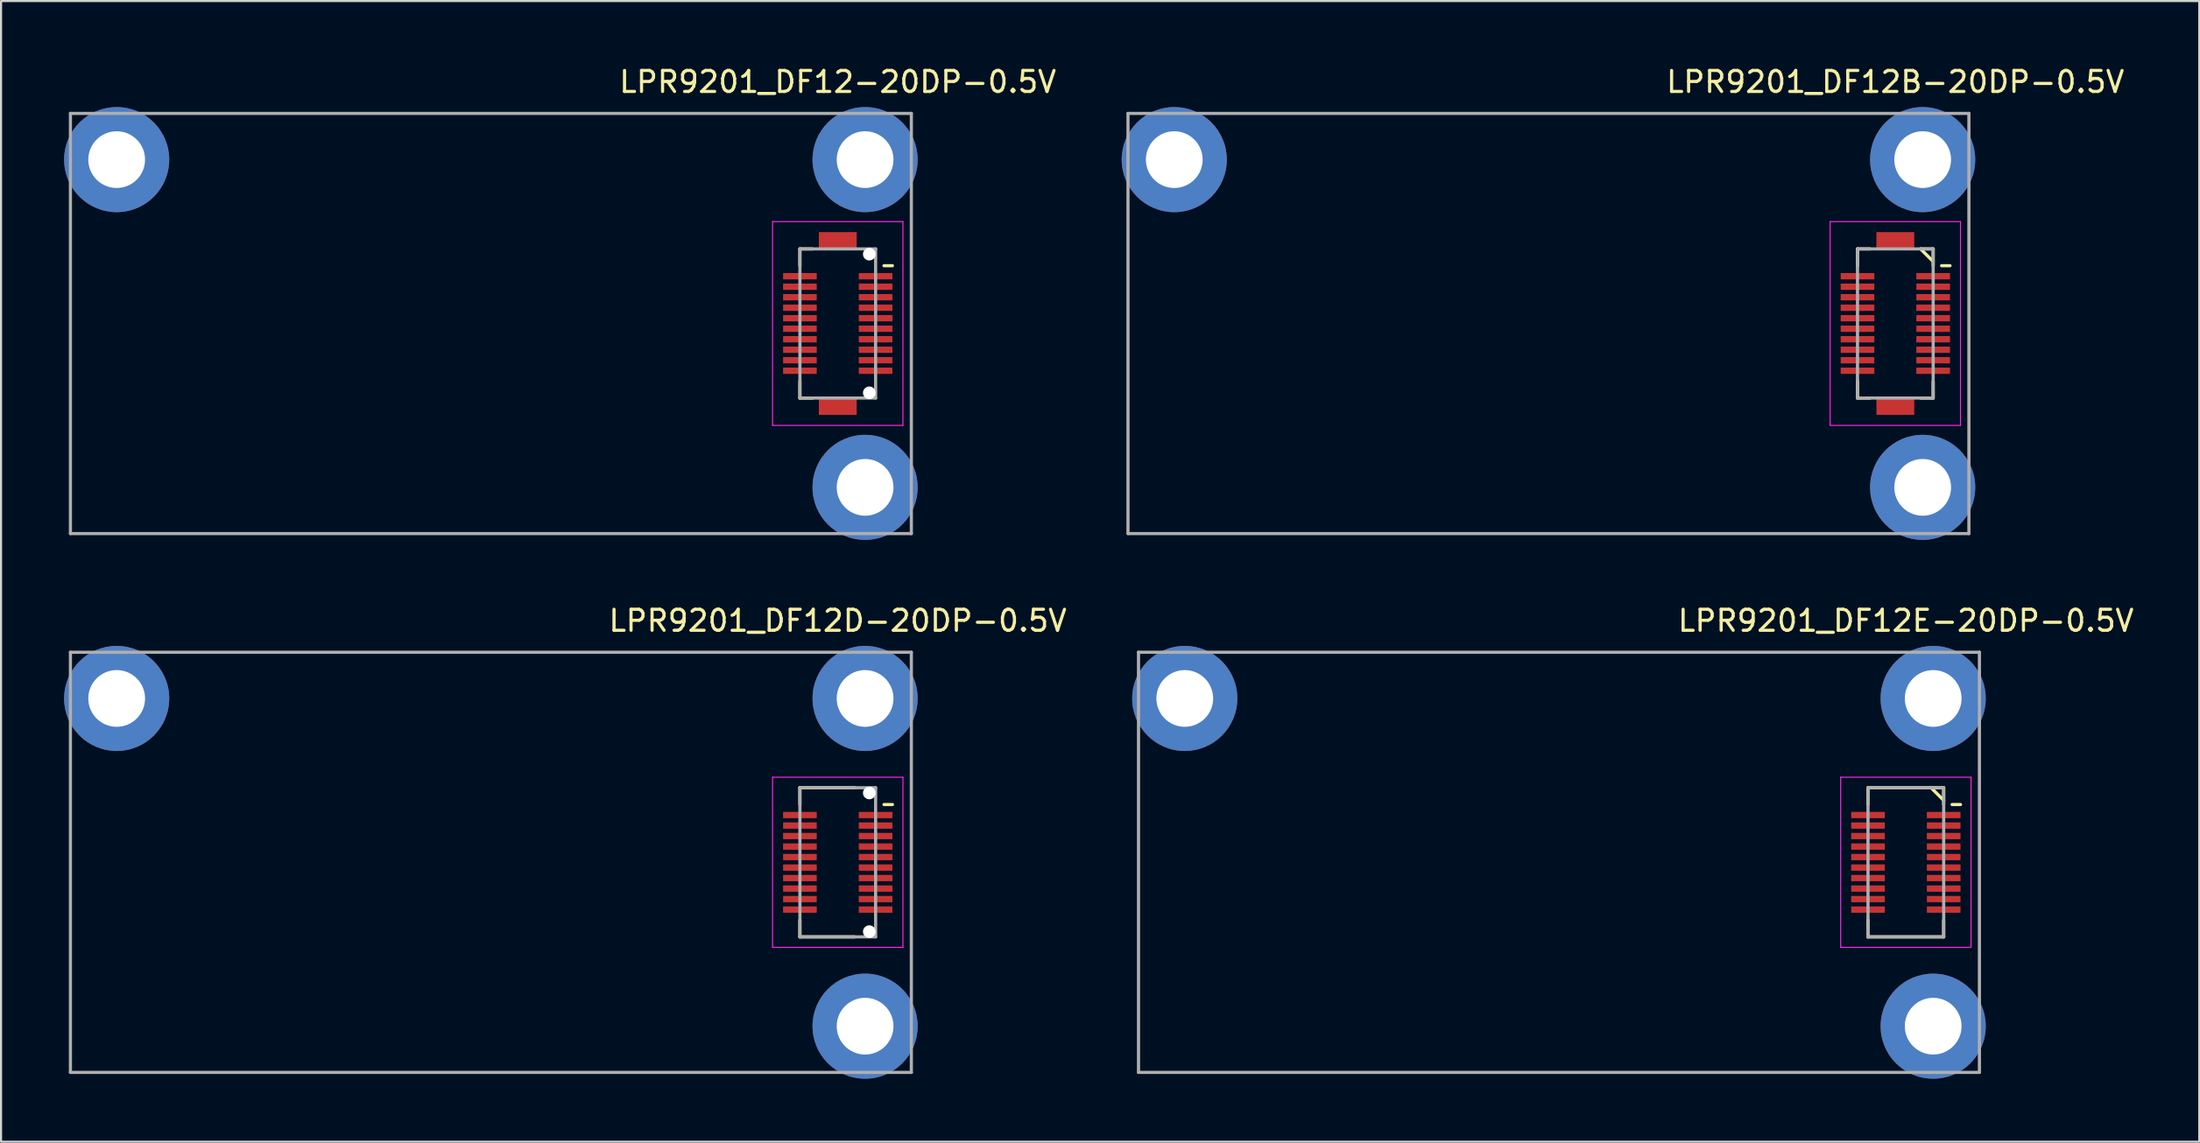
<source format=kicad_pcb>
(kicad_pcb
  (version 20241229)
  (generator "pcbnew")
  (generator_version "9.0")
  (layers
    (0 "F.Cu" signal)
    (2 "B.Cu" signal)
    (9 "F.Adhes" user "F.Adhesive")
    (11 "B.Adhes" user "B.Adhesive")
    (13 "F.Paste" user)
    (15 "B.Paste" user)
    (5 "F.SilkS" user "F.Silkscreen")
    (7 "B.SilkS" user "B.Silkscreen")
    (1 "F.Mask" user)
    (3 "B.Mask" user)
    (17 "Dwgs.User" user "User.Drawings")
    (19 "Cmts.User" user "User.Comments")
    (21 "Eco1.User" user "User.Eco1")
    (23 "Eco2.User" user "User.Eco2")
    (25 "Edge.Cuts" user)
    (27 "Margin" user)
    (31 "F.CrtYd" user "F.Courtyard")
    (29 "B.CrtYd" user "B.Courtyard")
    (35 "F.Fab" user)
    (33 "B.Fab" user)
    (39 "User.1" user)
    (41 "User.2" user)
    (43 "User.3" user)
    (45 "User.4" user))
  (footprint "LPR9201_DF12-20DP-0.5V"
    (layer "F.Cu")
    (at 36.8 12.348)
    (property "Reference" "LPR9201_DF12-20DP-0.5V" (at 0 -11.5 0) (layer "F.SilkS") (effects (font (size 1 1) (thickness 0.15))))
    (attr smd)
    (fp_line (start -1.8 -3.55) (end -1.8 -2.75) (stroke (width 0.15) (type solid)) (layer "F.SilkS"))
    (fp_line (start -1.8 2.75) (end -1.8 3.55) (stroke (width 0.15) (type solid)) (layer "F.SilkS"))
    (fp_line (start -1.2 -3.55) (end -1.8 -3.55) (stroke (width 0.15) (type solid)) (layer "F.SilkS"))
    (fp_line (start -1.2 3.55) (end -1.8 3.55) (stroke (width 0.15) (type solid)) (layer "F.SilkS"))
    (fp_line (start 2.6 -2.75) (end 2.2 -2.75) (stroke (width 0.15) (type solid)) (layer "F.SilkS"))
    (fp_line (start -3.1 -4.85) (end -3.1 4.85) (stroke (width 0.05) (type solid)) (layer "F.CrtYd"))
    (fp_line (start 3.1 -4.85) (end -3.1 -4.85) (stroke (width 0.05) (type solid)) (layer "F.CrtYd"))
    (fp_line (start 3.1 -4.85) (end 3.1 4.85) (stroke (width 0.05) (type solid)) (layer "F.CrtYd"))
    (fp_line (start 3.1 4.85) (end -3.1 4.85) (stroke (width 0.05) (type solid)) (layer "F.CrtYd"))
    (fp_line (start -36.5 -10) (end -36.5 10) (stroke (width 0.15) (type solid)) (layer "F.Fab"))
    (fp_line (start -36.5 -10) (end 3.5 -10) (stroke (width 0.15) (type solid)) (layer "F.Fab"))
    (fp_line (start -36.5 10) (end 3.5 10) (stroke (width 0.15) (type solid)) (layer "F.Fab"))
    (fp_line (start -1.8 -3.55) (end -1.8 3.55) (stroke (width 0.15) (type solid)) (layer "F.Fab"))
    (fp_line (start 1.8 -3.55) (end -1.8 -3.55) (stroke (width 0.15) (type solid)) (layer "F.Fab"))
    (fp_line (start 1.8 -3.55) (end 1.8 3.55) (stroke (width 0.15) (type solid)) (layer "F.Fab"))
    (fp_line (start 1.8 3.55) (end -1.8 3.55) (stroke (width 0.15) (type solid)) (layer "F.Fab"))
    (fp_line (start 3.5 -10) (end 3.5 10) (stroke (width 0.15) (type solid)) (layer "F.Fab"))
    (pad "" thru_hole circle (at -34.3 -7.8) (size 5 5) (drill 2.7) (layers "*.Cu" "*.Mask"))
    (pad "" thru_hole circle (at 1.3 -7.8) (size 5 5) (drill 2.7) (layers "*.Cu" "*.Mask"))
    (pad "" thru_hole circle (at 1.3 7.8) (size 5 5) (drill 2.7) (layers "*.Cu" "*.Mask"))
    (pad "" np_thru_hole circle (at 1.5 -3.3) (size 0.6 0.6) (drill 0.6) (layers "*.Cu" "*.Mask"))
    (pad "" np_thru_hole circle (at 1.5 3.3) (size 0.6 0.6) (drill 0.6) (layers "*.Cu" "*.Mask"))
    (pad "1" smd rect (at 1.8 -2.25) (size 1.6 0.3) (layers "F.Cu" "F.Mask" "F.Paste"))
    (pad "2" smd rect (at -1.8 -2.25) (size 1.6 0.3) (layers "F.Cu" "F.Mask" "F.Paste"))
    (pad "3" smd rect (at 1.8 -1.75) (size 1.6 0.3) (layers "F.Cu" "F.Mask" "F.Paste"))
    (pad "4" smd rect (at -1.8 -1.75) (size 1.6 0.3) (layers "F.Cu" "F.Mask" "F.Paste"))
    (pad "5" smd rect (at 1.8 -1.25) (size 1.6 0.3) (layers "F.Cu" "F.Mask" "F.Paste"))
    (pad "6" smd rect (at -1.8 -1.25) (size 1.6 0.3) (layers "F.Cu" "F.Mask" "F.Paste"))
    (pad "7" smd rect (at 1.8 -0.75) (size 1.6 0.3) (layers "F.Cu" "F.Mask" "F.Paste"))
    (pad "8" smd rect (at -1.8 -0.75) (size 1.6 0.3) (layers "F.Cu" "F.Mask" "F.Paste"))
    (pad "9" smd rect (at 1.8 -0.25) (size 1.6 0.3) (layers "F.Cu" "F.Mask" "F.Paste"))
    (pad "10" smd rect (at -1.8 -0.25) (size 1.6 0.3) (layers "F.Cu" "F.Mask" "F.Paste"))
    (pad "11" smd rect (at 1.8 0.25) (size 1.6 0.3) (layers "F.Cu" "F.Mask" "F.Paste"))
    (pad "12" smd rect (at -1.8 0.25) (size 1.6 0.3) (layers "F.Cu" "F.Mask" "F.Paste"))
    (pad "13" smd rect (at 1.8 0.75) (size 1.6 0.3) (layers "F.Cu" "F.Mask" "F.Paste"))
    (pad "14" smd rect (at -1.8 0.75) (size 1.6 0.3) (layers "F.Cu" "F.Mask" "F.Paste"))
    (pad "15" smd rect (at 1.8 1.25) (size 1.6 0.3) (layers "F.Cu" "F.Mask" "F.Paste"))
    (pad "16" smd rect (at -1.8 1.25) (size 1.6 0.3) (layers "F.Cu" "F.Mask" "F.Paste"))
    (pad "17" smd rect (at 1.8 1.75) (size 1.6 0.3) (layers "F.Cu" "F.Mask" "F.Paste"))
    (pad "18" smd rect (at -1.8 1.75) (size 1.6 0.3) (layers "F.Cu" "F.Mask" "F.Paste"))
    (pad "19" smd rect (at 1.8 2.25) (size 1.6 0.3) (layers "F.Cu" "F.Mask" "F.Paste"))
    (pad "20" smd rect (at -1.8 2.25) (size 1.6 0.3) (layers "F.Cu" "F.Mask" "F.Paste"))
    (pad "S" smd rect (at 0 -3.95) (size 1.8 0.8) (layers "F.Cu" "F.Mask" "F.Paste"))
    (pad "S" smd rect (at 0 3.95) (size 1.8 0.8) (layers "F.Cu" "F.Mask" "F.Paste")))
  (footprint "LPR9201_DF12B-20DP-0.5V"
    (layer "F.Cu")
    (at 87.106 12.348)
    (property "Reference" "LPR9201_DF12B-20DP-0.5V" (at 0 -11.5 0) (layer "F.SilkS") (effects (font (size 1 1) (thickness 0.15))))
    (attr smd)
    (fp_line (start -1.8 -3.55) (end -1.8 -2.75) (stroke (width 0.15) (type solid)) (layer "F.SilkS"))
    (fp_line (start -1.8 2.75) (end -1.8 3.55) (stroke (width 0.15) (type solid)) (layer "F.SilkS"))
    (fp_line (start -1.2 -3.55) (end -1.8 -3.55) (stroke (width 0.15) (type solid)) (layer "F.SilkS"))
    (fp_line (start -1.2 3.55) (end -1.8 3.55) (stroke (width 0.15) (type solid)) (layer "F.SilkS"))
    (fp_line (start 1.8 -3.55) (end 1.2 -3.55) (stroke (width 0.15) (type solid)) (layer "F.SilkS"))
    (fp_line (start 1.8 -3.55) (end 1.8 -2.75) (stroke (width 0.15) (type solid)) (layer "F.SilkS"))
    (fp_line (start 1.8 -2.95) (end 1.2 -3.55) (stroke (width 0.15) (type solid)) (layer "F.SilkS"))
    (fp_line (start 1.8 2.75) (end 1.8 3.55) (stroke (width 0.15) (type solid)) (layer "F.SilkS"))
    (fp_line (start 1.8 3.55) (end 1.2 3.55) (stroke (width 0.15) (type solid)) (layer "F.SilkS"))
    (fp_line (start 2.6 -2.75) (end 2.2 -2.75) (stroke (width 0.15) (type solid)) (layer "F.SilkS"))
    (fp_line (start -3.1 -4.85) (end -3.1 4.85) (stroke (width 0.05) (type solid)) (layer "F.CrtYd"))
    (fp_line (start 3.1 -4.85) (end -3.1 -4.85) (stroke (width 0.05) (type solid)) (layer "F.CrtYd"))
    (fp_line (start 3.1 -4.85) (end 3.1 4.85) (stroke (width 0.05) (type solid)) (layer "F.CrtYd"))
    (fp_line (start 3.1 4.85) (end -3.1 4.85) (stroke (width 0.05) (type solid)) (layer "F.CrtYd"))
    (fp_line (start -36.5 -10) (end -36.5 10) (stroke (width 0.15) (type solid)) (layer "F.Fab"))
    (fp_line (start -36.5 -10) (end 3.5 -10) (stroke (width 0.15) (type solid)) (layer "F.Fab"))
    (fp_line (start -36.5 10) (end 3.5 10) (stroke (width 0.15) (type solid)) (layer "F.Fab"))
    (fp_line (start -1.8 -3.55) (end -1.8 3.55) (stroke (width 0.15) (type solid)) (layer "F.Fab"))
    (fp_line (start 1.8 -3.55) (end -1.8 -3.55) (stroke (width 0.15) (type solid)) (layer "F.Fab"))
    (fp_line (start 1.8 -3.55) (end 1.8 3.55) (stroke (width 0.15) (type solid)) (layer "F.Fab"))
    (fp_line (start 1.8 3.55) (end -1.8 3.55) (stroke (width 0.15) (type solid)) (layer "F.Fab"))
    (fp_line (start 3.5 -10) (end 3.5 10) (stroke (width 0.15) (type solid)) (layer "F.Fab"))
    (pad "" thru_hole circle (at -34.3 -7.8) (size 5 5) (drill 2.7) (layers "*.Cu" "*.Mask"))
    (pad "" thru_hole circle (at 1.3 -7.8) (size 5 5) (drill 2.7) (layers "*.Cu" "*.Mask"))
    (pad "" thru_hole circle (at 1.3 7.8) (size 5 5) (drill 2.7) (layers "*.Cu" "*.Mask"))
    (pad "1" smd rect (at 1.8 -2.25) (size 1.6 0.3) (layers "F.Cu" "F.Mask" "F.Paste"))
    (pad "2" smd rect (at -1.8 -2.25) (size 1.6 0.3) (layers "F.Cu" "F.Mask" "F.Paste"))
    (pad "3" smd rect (at 1.8 -1.75) (size 1.6 0.3) (layers "F.Cu" "F.Mask" "F.Paste"))
    (pad "4" smd rect (at -1.8 -1.75) (size 1.6 0.3) (layers "F.Cu" "F.Mask" "F.Paste"))
    (pad "5" smd rect (at 1.8 -1.25) (size 1.6 0.3) (layers "F.Cu" "F.Mask" "F.Paste"))
    (pad "6" smd rect (at -1.8 -1.25) (size 1.6 0.3) (layers "F.Cu" "F.Mask" "F.Paste"))
    (pad "7" smd rect (at 1.8 -0.75) (size 1.6 0.3) (layers "F.Cu" "F.Mask" "F.Paste"))
    (pad "8" smd rect (at -1.8 -0.75) (size 1.6 0.3) (layers "F.Cu" "F.Mask" "F.Paste"))
    (pad "9" smd rect (at 1.8 -0.25) (size 1.6 0.3) (layers "F.Cu" "F.Mask" "F.Paste"))
    (pad "10" smd rect (at -1.8 -0.25) (size 1.6 0.3) (layers "F.Cu" "F.Mask" "F.Paste"))
    (pad "11" smd rect (at 1.8 0.25) (size 1.6 0.3) (layers "F.Cu" "F.Mask" "F.Paste"))
    (pad "12" smd rect (at -1.8 0.25) (size 1.6 0.3) (layers "F.Cu" "F.Mask" "F.Paste"))
    (pad "13" smd rect (at 1.8 0.75) (size 1.6 0.3) (layers "F.Cu" "F.Mask" "F.Paste"))
    (pad "14" smd rect (at -1.8 0.75) (size 1.6 0.3) (layers "F.Cu" "F.Mask" "F.Paste"))
    (pad "15" smd rect (at 1.8 1.25) (size 1.6 0.3) (layers "F.Cu" "F.Mask" "F.Paste"))
    (pad "16" smd rect (at -1.8 1.25) (size 1.6 0.3) (layers "F.Cu" "F.Mask" "F.Paste"))
    (pad "17" smd rect (at 1.8 1.75) (size 1.6 0.3) (layers "F.Cu" "F.Mask" "F.Paste"))
    (pad "18" smd rect (at -1.8 1.75) (size 1.6 0.3) (layers "F.Cu" "F.Mask" "F.Paste"))
    (pad "19" smd rect (at 1.8 2.25) (size 1.6 0.3) (layers "F.Cu" "F.Mask" "F.Paste"))
    (pad "20" smd rect (at -1.8 2.25) (size 1.6 0.3) (layers "F.Cu" "F.Mask" "F.Paste"))
    (pad "S" smd rect (at 0 -3.95) (size 1.8 0.8) (layers "F.Cu" "F.Mask" "F.Paste"))
    (pad "S" smd rect (at 0 3.95) (size 1.8 0.8) (layers "F.Cu" "F.Mask" "F.Paste")))
  (footprint "LPR9201_DF12E-20DP-0.5V"
    (layer "F.Cu")
    (at 87.606 37.996)
    (property "Reference" "LPR9201_DF12E-20DP-0.5V" (at 0 -11.5 0) (layer "F.SilkS") (effects (font (size 1 1) (thickness 0.15))))
    (attr smd)
    (fp_line (start -1.8 -3.55) (end -1.8 -2.75) (stroke (width 0.15) (type solid)) (layer "F.SilkS"))
    (fp_line (start -1.8 2.75) (end -1.8 3.55) (stroke (width 0.15) (type solid)) (layer "F.SilkS"))
    (fp_line (start 1.8 -3.55) (end -1.8 -3.55) (stroke (width 0.15) (type solid)) (layer "F.SilkS"))
    (fp_line (start 1.8 -3.55) (end 1.8 -2.75) (stroke (width 0.15) (type solid)) (layer "F.SilkS"))
    (fp_line (start 1.8 -2.95) (end 1.2 -3.55) (stroke (width 0.15) (type solid)) (layer "F.SilkS"))
    (fp_line (start 1.8 2.75) (end 1.8 3.55) (stroke (width 0.15) (type solid)) (layer "F.SilkS"))
    (fp_line (start 1.8 3.55) (end -1.8 3.55) (stroke (width 0.15) (type solid)) (layer "F.SilkS"))
    (fp_line (start 2.6 -2.75) (end 2.2 -2.75) (stroke (width 0.15) (type solid)) (layer "F.SilkS"))
    (fp_line (start -3.1 -4.05) (end -3.1 4.05) (stroke (width 0.05) (type solid)) (layer "F.CrtYd"))
    (fp_line (start 3.1 -4.05) (end -3.1 -4.05) (stroke (width 0.05) (type solid)) (layer "F.CrtYd"))
    (fp_line (start 3.1 -4.05) (end 3.1 4.05) (stroke (width 0.05) (type solid)) (layer "F.CrtYd"))
    (fp_line (start 3.1 4.05) (end -3.1 4.05) (stroke (width 0.05) (type solid)) (layer "F.CrtYd"))
    (fp_line (start -36.5 -10) (end -36.5 10) (stroke (width 0.15) (type solid)) (layer "F.Fab"))
    (fp_line (start -36.5 -10) (end 3.5 -10) (stroke (width 0.15) (type solid)) (layer "F.Fab"))
    (fp_line (start -36.5 10) (end 3.5 10) (stroke (width 0.15) (type solid)) (layer "F.Fab"))
    (fp_line (start -1.8 -3.55) (end -1.8 3.55) (stroke (width 0.15) (type solid)) (layer "F.Fab"))
    (fp_line (start 1.8 -3.55) (end -1.8 -3.55) (stroke (width 0.15) (type solid)) (layer "F.Fab"))
    (fp_line (start 1.8 -3.55) (end 1.8 3.55) (stroke (width 0.15) (type solid)) (layer "F.Fab"))
    (fp_line (start 1.8 3.55) (end -1.8 3.55) (stroke (width 0.15) (type solid)) (layer "F.Fab"))
    (fp_line (start 3.5 -10) (end 3.5 10) (stroke (width 0.15) (type solid)) (layer "F.Fab"))
    (pad "" thru_hole circle (at -34.3 -7.8) (size 5 5) (drill 2.7) (layers "*.Cu" "*.Mask"))
    (pad "" thru_hole circle (at 1.3 -7.8) (size 5 5) (drill 2.7) (layers "*.Cu" "*.Mask"))
    (pad "" thru_hole circle (at 1.3 7.8) (size 5 5) (drill 2.7) (layers "*.Cu" "*.Mask"))
    (pad "1" smd rect (at 1.8 -2.25) (size 1.6 0.3) (layers "F.Cu" "F.Mask" "F.Paste"))
    (pad "2" smd rect (at -1.8 -2.25) (size 1.6 0.3) (layers "F.Cu" "F.Mask" "F.Paste"))
    (pad "3" smd rect (at 1.8 -1.75) (size 1.6 0.3) (layers "F.Cu" "F.Mask" "F.Paste"))
    (pad "4" smd rect (at -1.8 -1.75) (size 1.6 0.3) (layers "F.Cu" "F.Mask" "F.Paste"))
    (pad "5" smd rect (at 1.8 -1.25) (size 1.6 0.3) (layers "F.Cu" "F.Mask" "F.Paste"))
    (pad "6" smd rect (at -1.8 -1.25) (size 1.6 0.3) (layers "F.Cu" "F.Mask" "F.Paste"))
    (pad "7" smd rect (at 1.8 -0.75) (size 1.6 0.3) (layers "F.Cu" "F.Mask" "F.Paste"))
    (pad "8" smd rect (at -1.8 -0.75) (size 1.6 0.3) (layers "F.Cu" "F.Mask" "F.Paste"))
    (pad "9" smd rect (at 1.8 -0.25) (size 1.6 0.3) (layers "F.Cu" "F.Mask" "F.Paste"))
    (pad "10" smd rect (at -1.8 -0.25) (size 1.6 0.3) (layers "F.Cu" "F.Mask" "F.Paste"))
    (pad "11" smd rect (at 1.8 0.25) (size 1.6 0.3) (layers "F.Cu" "F.Mask" "F.Paste"))
    (pad "12" smd rect (at -1.8 0.25) (size 1.6 0.3) (layers "F.Cu" "F.Mask" "F.Paste"))
    (pad "13" smd rect (at 1.8 0.75) (size 1.6 0.3) (layers "F.Cu" "F.Mask" "F.Paste"))
    (pad "14" smd rect (at -1.8 0.75) (size 1.6 0.3) (layers "F.Cu" "F.Mask" "F.Paste"))
    (pad "15" smd rect (at 1.8 1.25) (size 1.6 0.3) (layers "F.Cu" "F.Mask" "F.Paste"))
    (pad "16" smd rect (at -1.8 1.25) (size 1.6 0.3) (layers "F.Cu" "F.Mask" "F.Paste"))
    (pad "17" smd rect (at 1.8 1.75) (size 1.6 0.3) (layers "F.Cu" "F.Mask" "F.Paste"))
    (pad "18" smd rect (at -1.8 1.75) (size 1.6 0.3) (layers "F.Cu" "F.Mask" "F.Paste"))
    (pad "19" smd rect (at 1.8 2.25) (size 1.6 0.3) (layers "F.Cu" "F.Mask" "F.Paste"))
    (pad "20" smd rect (at -1.8 2.25) (size 1.6 0.3) (layers "F.Cu" "F.Mask" "F.Paste")))
  (footprint "LPR9201_DF12D-20DP-0.5V"
    (layer "F.Cu")
    (at 36.8 37.996)
    (property "Reference" "LPR9201_DF12D-20DP-0.5V" (at 0 -11.5 0) (layer "F.SilkS") (effects (font (size 1 1) (thickness 0.15))))
    (attr smd)
    (fp_line (start -1.8 -3.55) (end -1.8 -2.75) (stroke (width 0.15) (type solid)) (layer "F.SilkS"))
    (fp_line (start -1.8 2.75) (end -1.8 3.55) (stroke (width 0.15) (type solid)) (layer "F.SilkS"))
    (fp_line (start 0.8 -3.55) (end -1.8 -3.55) (stroke (width 0.15) (type solid)) (layer "F.SilkS"))
    (fp_line (start 0.8 3.55) (end -1.8 3.55) (stroke (width 0.15) (type solid)) (layer "F.SilkS"))
    (fp_line (start 2.6 -2.75) (end 2.2 -2.75) (stroke (width 0.15) (type solid)) (layer "F.SilkS"))
    (fp_line (start -3.1 -4.05) (end -3.1 4.05) (stroke (width 0.05) (type solid)) (layer "F.CrtYd"))
    (fp_line (start 3.1 -4.05) (end -3.1 -4.05) (stroke (width 0.05) (type solid)) (layer "F.CrtYd"))
    (fp_line (start 3.1 -4.05) (end 3.1 4.05) (stroke (width 0.05) (type solid)) (layer "F.CrtYd"))
    (fp_line (start 3.1 4.05) (end -3.1 4.05) (stroke (width 0.05) (type solid)) (layer "F.CrtYd"))
    (fp_line (start -36.5 -10) (end -36.5 10) (stroke (width 0.15) (type solid)) (layer "F.Fab"))
    (fp_line (start -36.5 -10) (end 3.5 -10) (stroke (width 0.15) (type solid)) (layer "F.Fab"))
    (fp_line (start -36.5 10) (end 3.5 10) (stroke (width 0.15) (type solid)) (layer "F.Fab"))
    (fp_line (start -1.8 -3.55) (end -1.8 3.55) (stroke (width 0.15) (type solid)) (layer "F.Fab"))
    (fp_line (start 1.8 -3.55) (end -1.8 -3.55) (stroke (width 0.15) (type solid)) (layer "F.Fab"))
    (fp_line (start 1.8 -3.55) (end 1.8 3.55) (stroke (width 0.15) (type solid)) (layer "F.Fab"))
    (fp_line (start 1.8 3.55) (end -1.8 3.55) (stroke (width 0.15) (type solid)) (layer "F.Fab"))
    (fp_line (start 3.5 -10) (end 3.5 10) (stroke (width 0.15) (type solid)) (layer "F.Fab"))
    (pad "" thru_hole circle (at -34.3 -7.8) (size 5 5) (drill 2.7) (layers "*.Cu" "*.Mask"))
    (pad "" thru_hole circle (at 1.3 -7.8) (size 5 5) (drill 2.7) (layers "*.Cu" "*.Mask"))
    (pad "" thru_hole circle (at 1.3 7.8) (size 5 5) (drill 2.7) (layers "*.Cu" "*.Mask"))
    (pad "" np_thru_hole circle (at 1.5 -3.3) (size 0.6 0.6) (drill 0.6) (layers "*.Cu" "*.Mask"))
    (pad "" np_thru_hole circle (at 1.5 3.3) (size 0.6 0.6) (drill 0.6) (layers "*.Cu" "*.Mask"))
    (pad "1" smd rect (at 1.8 -2.25) (size 1.6 0.3) (layers "F.Cu" "F.Mask" "F.Paste"))
    (pad "2" smd rect (at -1.8 -2.25) (size 1.6 0.3) (layers "F.Cu" "F.Mask" "F.Paste"))
    (pad "3" smd rect (at 1.8 -1.75) (size 1.6 0.3) (layers "F.Cu" "F.Mask" "F.Paste"))
    (pad "4" smd rect (at -1.8 -1.75) (size 1.6 0.3) (layers "F.Cu" "F.Mask" "F.Paste"))
    (pad "5" smd rect (at 1.8 -1.25) (size 1.6 0.3) (layers "F.Cu" "F.Mask" "F.Paste"))
    (pad "6" smd rect (at -1.8 -1.25) (size 1.6 0.3) (layers "F.Cu" "F.Mask" "F.Paste"))
    (pad "7" smd rect (at 1.8 -0.75) (size 1.6 0.3) (layers "F.Cu" "F.Mask" "F.Paste"))
    (pad "8" smd rect (at -1.8 -0.75) (size 1.6 0.3) (layers "F.Cu" "F.Mask" "F.Paste"))
    (pad "9" smd rect (at 1.8 -0.25) (size 1.6 0.3) (layers "F.Cu" "F.Mask" "F.Paste"))
    (pad "10" smd rect (at -1.8 -0.25) (size 1.6 0.3) (layers "F.Cu" "F.Mask" "F.Paste"))
    (pad "11" smd rect (at 1.8 0.25) (size 1.6 0.3) (layers "F.Cu" "F.Mask" "F.Paste"))
    (pad "12" smd rect (at -1.8 0.25) (size 1.6 0.3) (layers "F.Cu" "F.Mask" "F.Paste"))
    (pad "13" smd rect (at 1.8 0.75) (size 1.6 0.3) (layers "F.Cu" "F.Mask" "F.Paste"))
    (pad "14" smd rect (at -1.8 0.75) (size 1.6 0.3) (layers "F.Cu" "F.Mask" "F.Paste"))
    (pad "15" smd rect (at 1.8 1.25) (size 1.6 0.3) (layers "F.Cu" "F.Mask" "F.Paste"))
    (pad "16" smd rect (at -1.8 1.25) (size 1.6 0.3) (layers "F.Cu" "F.Mask" "F.Paste"))
    (pad "17" smd rect (at 1.8 1.75) (size 1.6 0.3) (layers "F.Cu" "F.Mask" "F.Paste"))
    (pad "18" smd rect (at -1.8 1.75) (size 1.6 0.3) (layers "F.Cu" "F.Mask" "F.Paste"))
    (pad "19" smd rect (at 1.8 2.25) (size 1.6 0.3) (layers "F.Cu" "F.Mask" "F.Paste"))
    (pad "20" smd rect (at -1.8 2.25) (size 1.6 0.3) (layers "F.Cu" "F.Mask" "F.Paste")))
  (gr_rect
    (start -3 -3)
    (end 101.564 51.297)
    (stroke (width 0.1) (type default))
    (fill no)
    (layer "Edge.Cuts")))
</source>
